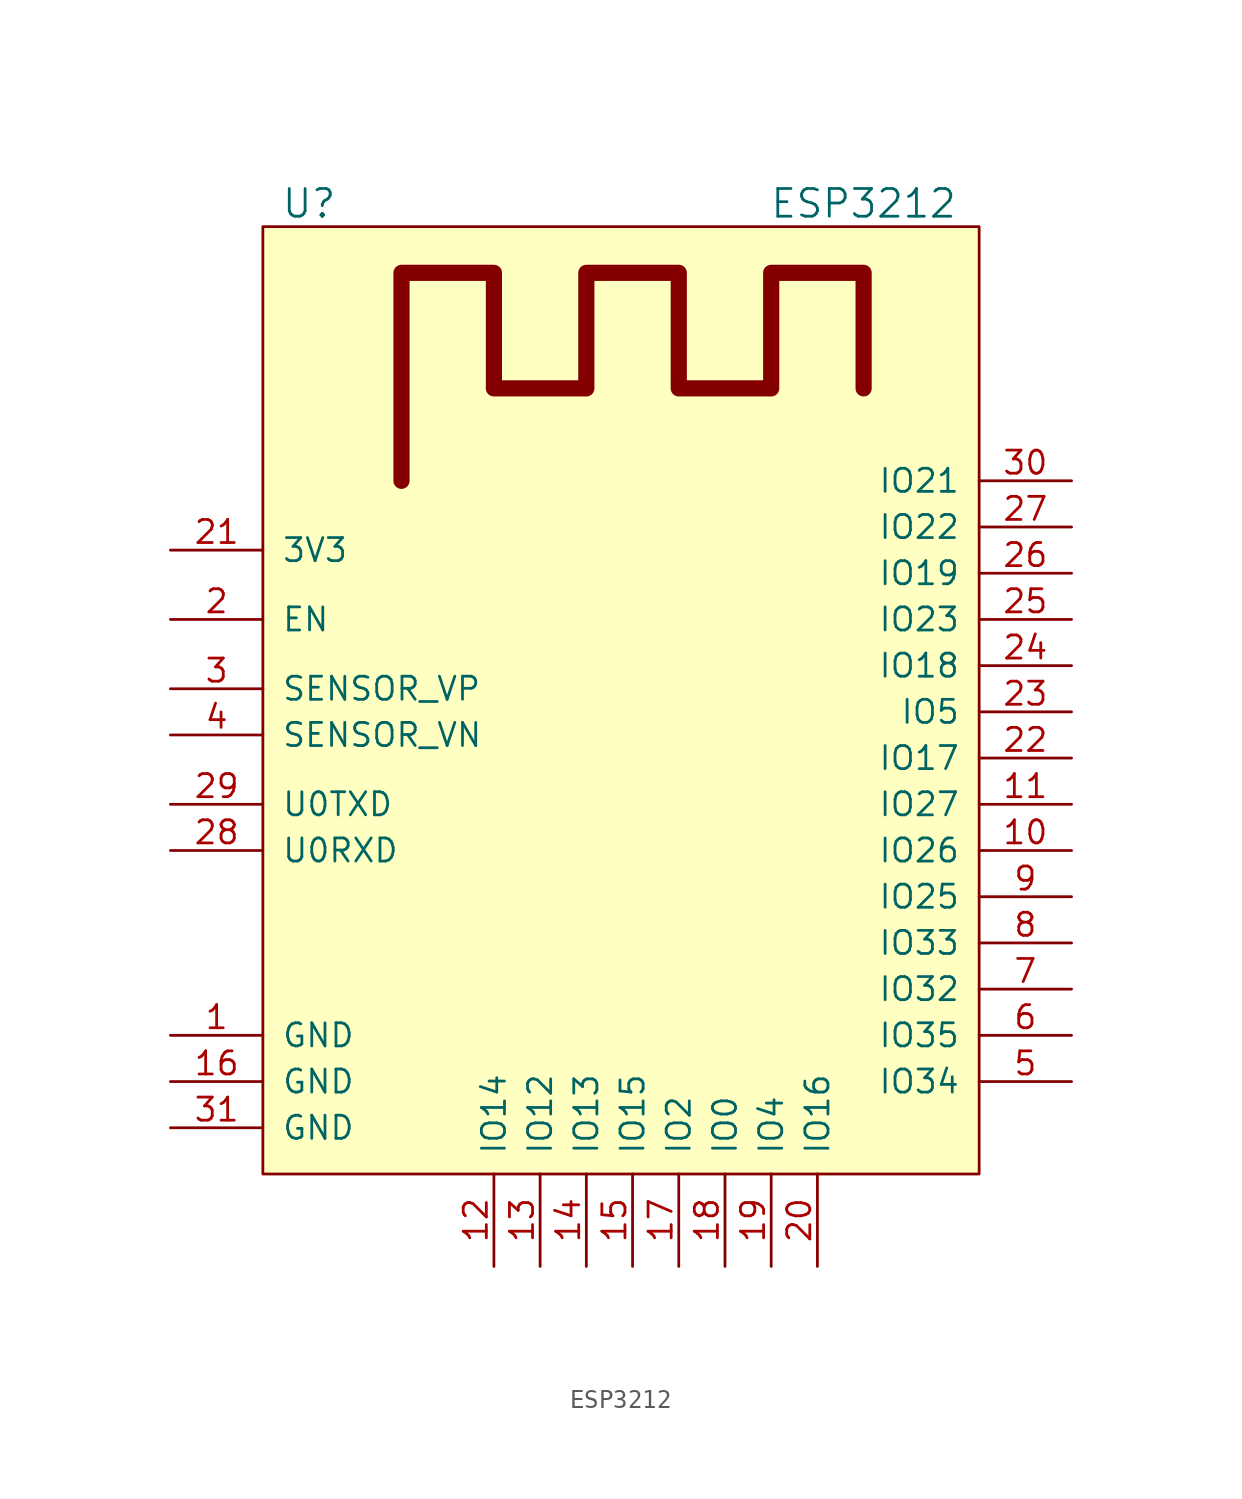
<source format=kicad_sym>
(kicad_symbol_lib
  (version 20201005)
  (generator kicad_symbol_editor)
  (symbol "ESP3212"
    (pin_names
      (offset 1.016))
    (property "Reference" "U"
      (at -17.78 31.75 0)
      (effects (font (size 1.524 1.524))))
    (property "Value" "ESP3212"
      (at 12.7 31.75 0)
      (effects (font (size 1.524 1.524))))
    (symbol "ESP3212_0_1"
      (rectangle (start -20.32 30.48) (end 19.05 -21.59) (stroke (width 0)) (fill (type background)))
      (polyline (pts (xy -12.7 16.51) (xy -12.7 27.94) (xy -7.62 27.94) (xy -7.62 21.59) (xy -2.54 21.59) (xy -2.54 27.94) (xy 2.54 27.94) (xy 2.54 21.59) (xy 7.62 21.59) (xy 7.62 27.94) (xy 12.7 27.94) (xy 12.7 21.59)) (stroke (width 0.889)) (fill (type none))))
    (symbol "ESP3212_1_1"
      (pin power_in line (at -25.4 -13.97 0) (length 5.08) (name "GND" (effects (font (size 1.27 1.27)))) (number "1" (effects (font (size 1.27 1.27)))))
      (pin input line (at -25.4 8.89 0) (length 5.08) (name "EN" (effects (font (size 1.27 1.27)))) (number "2" (effects (font (size 1.27 1.27)))))
      (pin input line (at -25.4 5.08 0) (length 5.08) (name "SENSOR_VP" (effects (font (size 1.27 1.27)))) (number "3" (effects (font (size 1.27 1.27)))))
      (pin input line (at -25.4 2.54 0) (length 5.08) (name "SENSOR_VN" (effects (font (size 1.27 1.27)))) (number "4" (effects (font (size 1.27 1.27)))))
      (pin bidirectional line (at 24.13 -16.51 180) (length 5.08) (name "IO34" (effects (font (size 1.27 1.27)))) (number "5" (effects (font (size 1.27 1.27)))))
      (pin bidirectional line (at 24.13 -13.97 180) (length 5.08) (name "IO35" (effects (font (size 1.27 1.27)))) (number "6" (effects (font (size 1.27 1.27)))))
      (pin bidirectional line (at 24.13 -11.43 180) (length 5.08) (name "IO32" (effects (font (size 1.27 1.27)))) (number "7" (effects (font (size 1.27 1.27)))))
      (pin bidirectional line (at 24.13 -8.89 180) (length 5.08) (name "IO33" (effects (font (size 1.27 1.27)))) (number "8" (effects (font (size 1.27 1.27)))))
      (pin bidirectional line (at 24.13 -6.35 180) (length 5.08) (name "IO25" (effects (font (size 1.27 1.27)))) (number "9" (effects (font (size 1.27 1.27)))))
      (pin bidirectional line (at 24.13 -3.81 180) (length 5.08) (name "IO26" (effects (font (size 1.27 1.27)))) (number "10" (effects (font (size 1.27 1.27)))))
      (pin bidirectional line (at 10.16 -26.67 90) (length 5.08) (name "IO16" (effects (font (size 1.27 1.27)))) (number "20" (effects (font (size 1.27 1.27)))))
      (pin bidirectional line (at 24.13 16.51 180) (length 5.08) (name "IO21" (effects (font (size 1.27 1.27)))) (number "30" (effects (font (size 1.27 1.27)))))
      (pin bidirectional line (at 24.13 -1.27 180) (length 5.08) (name "IO27" (effects (font (size 1.27 1.27)))) (number "11" (effects (font (size 1.27 1.27)))))
      (pin power_in line (at -25.4 12.7 0) (length 5.08) (name "3V3" (effects (font (size 1.27 1.27)))) (number "21" (effects (font (size 1.27 1.27)))))
      (pin power_in line (at -25.4 -19.05 0) (length 5.08) (name "GND" (effects (font (size 1.27 1.27)))) (number "31" (effects (font (size 1.27 1.27)))))
      (pin bidirectional line (at -7.62 -26.67 90) (length 5.08) (name "IO14" (effects (font (size 1.27 1.27)))) (number "12" (effects (font (size 1.27 1.27)))))
      (pin bidirectional line (at 24.13 1.27 180) (length 5.08) (name "IO17" (effects (font (size 1.27 1.27)))) (number "22" (effects (font (size 1.27 1.27)))))
      (pin bidirectional line (at -5.08 -26.67 90) (length 5.08) (name "IO12" (effects (font (size 1.27 1.27)))) (number "13" (effects (font (size 1.27 1.27)))))
      (pin bidirectional line (at 24.13 3.81 180) (length 5.08) (name "IO5" (effects (font (size 1.27 1.27)))) (number "23" (effects (font (size 1.27 1.27)))))
      (pin bidirectional line (at -2.54 -26.67 90) (length 5.08) (name "IO13" (effects (font (size 1.27 1.27)))) (number "14" (effects (font (size 1.27 1.27)))))
      (pin bidirectional line (at 24.13 6.35 180) (length 5.08) (name "IO18" (effects (font (size 1.27 1.27)))) (number "24" (effects (font (size 1.27 1.27)))))
      (pin bidirectional line (at 0 -26.67 90) (length 5.08) (name "IO15" (effects (font (size 1.27 1.27)))) (number "15" (effects (font (size 1.27 1.27)))))
      (pin bidirectional line (at 24.13 8.89 180) (length 5.08) (name "IO23" (effects (font (size 1.27 1.27)))) (number "25" (effects (font (size 1.27 1.27)))))
      (pin power_in line (at -25.4 -16.51 0) (length 5.08) (name "GND" (effects (font (size 1.27 1.27)))) (number "16" (effects (font (size 1.27 1.27)))))
      (pin bidirectional line (at 24.13 11.43 180) (length 5.08) (name "IO19" (effects (font (size 1.27 1.27)))) (number "26" (effects (font (size 1.27 1.27)))))
      (pin bidirectional line (at 2.54 -26.67 90) (length 5.08) (name "IO2" (effects (font (size 1.27 1.27)))) (number "17" (effects (font (size 1.27 1.27)))))
      (pin bidirectional line (at 24.13 13.97 180) (length 5.08) (name "IO22" (effects (font (size 1.27 1.27)))) (number "27" (effects (font (size 1.27 1.27)))))
      (pin bidirectional line (at 5.08 -26.67 90) (length 5.08) (name "IO0" (effects (font (size 1.27 1.27)))) (number "18" (effects (font (size 1.27 1.27)))))
      (pin bidirectional line (at -25.4 -3.81 0) (length 5.08) (name "U0RXD" (effects (font (size 1.27 1.27)))) (number "28" (effects (font (size 1.27 1.27)))))
      (pin bidirectional line (at 7.62 -26.67 90) (length 5.08) (name "IO4" (effects (font (size 1.27 1.27)))) (number "19" (effects (font (size 1.27 1.27)))))
      (pin bidirectional line (at -25.4 -1.27 0) (length 5.08) (name "U0TXD" (effects (font (size 1.27 1.27)))) (number "29" (effects (font (size 1.27 1.27))))))))
</source>
